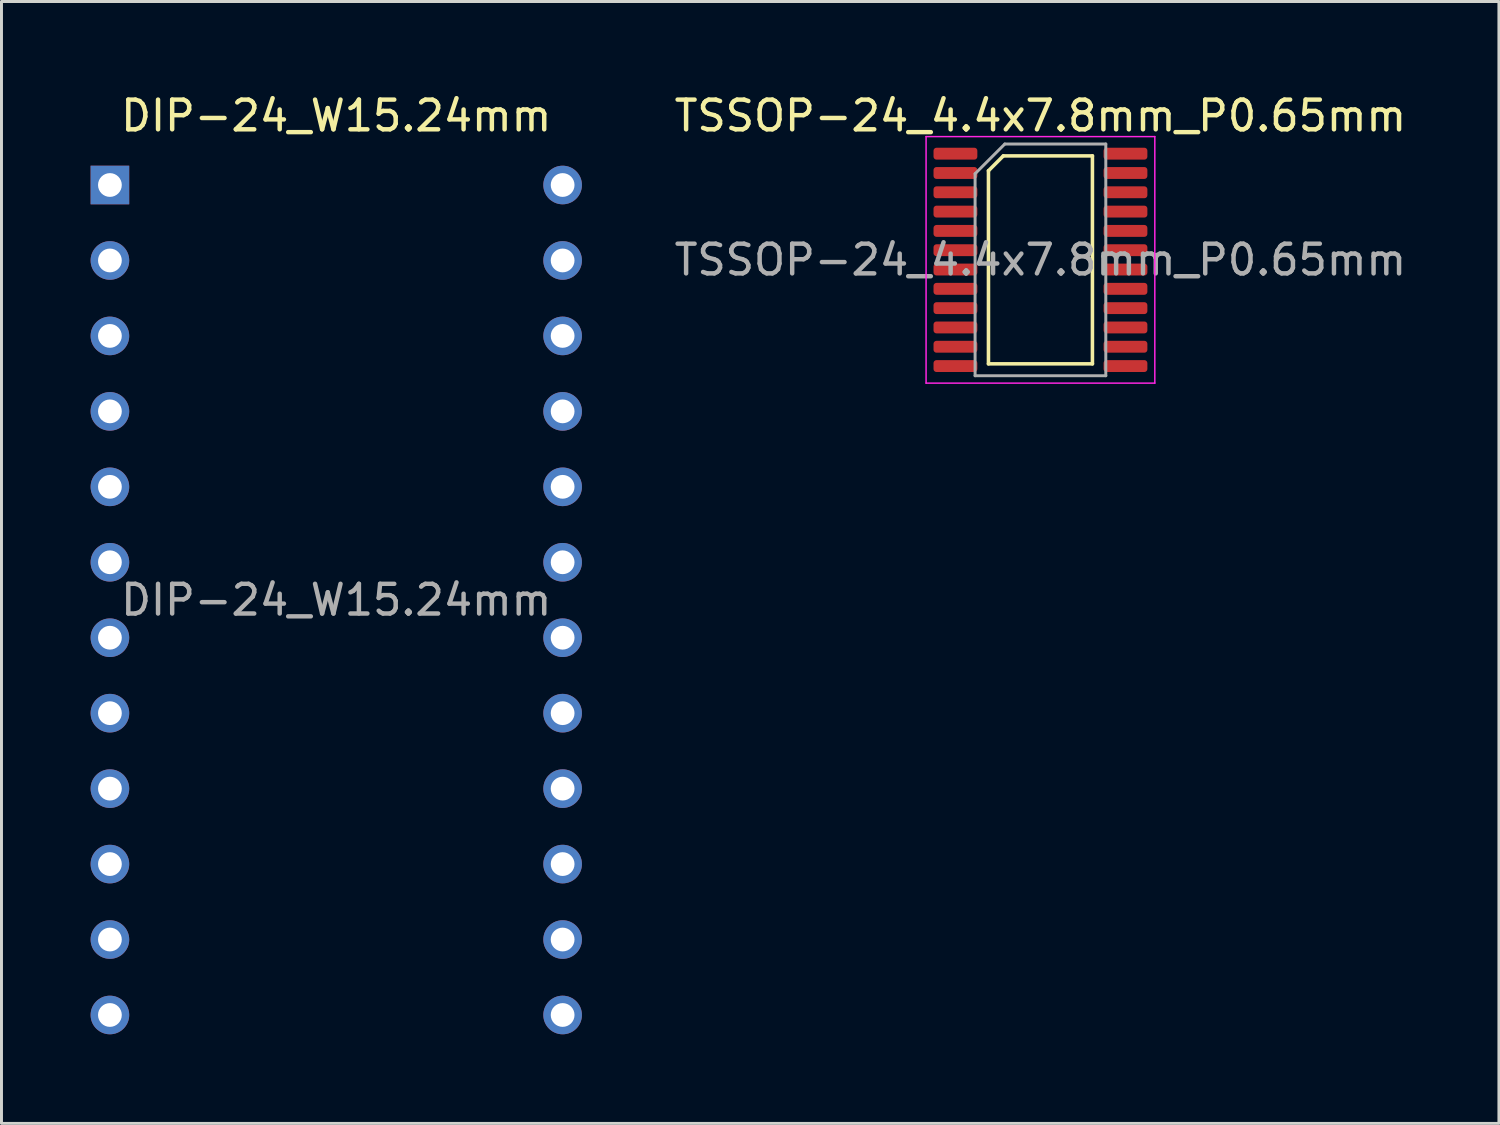
<source format=kicad_pcb>
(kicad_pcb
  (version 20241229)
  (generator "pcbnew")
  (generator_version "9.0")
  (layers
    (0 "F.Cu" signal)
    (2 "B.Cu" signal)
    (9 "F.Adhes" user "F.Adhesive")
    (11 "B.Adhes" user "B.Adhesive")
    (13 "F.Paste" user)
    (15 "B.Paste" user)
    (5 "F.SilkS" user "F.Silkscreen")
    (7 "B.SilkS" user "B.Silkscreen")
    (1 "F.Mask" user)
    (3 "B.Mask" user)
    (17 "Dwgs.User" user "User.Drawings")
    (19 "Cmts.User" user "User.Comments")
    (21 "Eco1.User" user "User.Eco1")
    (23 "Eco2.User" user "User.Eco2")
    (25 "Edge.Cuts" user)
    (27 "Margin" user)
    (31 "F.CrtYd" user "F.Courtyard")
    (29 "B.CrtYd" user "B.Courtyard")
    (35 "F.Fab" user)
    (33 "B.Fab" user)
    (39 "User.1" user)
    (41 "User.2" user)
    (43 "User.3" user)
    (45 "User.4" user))
  (footprint "TSSOP-24_4.4x7.8mm_P0.65mm"
    (layer "F.Cu")
    (at 31.975 5.698)
    (property "Reference" "TSSOP-24_4.4x7.8mm_P0.65mm" (at 0 -4.85 0) (layer "F.SilkS") (effects (font (size 1 1) (thickness 0.15))))
    (attr smd)
    (fp_line (start -1.75 -3) (end -1.25 -3.5) (stroke (width 0.12) (type solid)) (layer "F.SilkS"))
    (fp_line (start -1.75 3.5) (end -1.75 -3) (stroke (width 0.12) (type solid)) (layer "F.SilkS"))
    (fp_line (start -1.75 3.5) (end 1.75 3.5) (stroke (width 0.12) (type solid)) (layer "F.SilkS"))
    (fp_line (start -1.25 -3.5) (end 1.75 -3.5) (stroke (width 0.12) (type solid)) (layer "F.SilkS"))
    (fp_line (start 1.75 3.5) (end 1.75 -3.5) (stroke (width 0.12) (type solid)) (layer "F.SilkS"))
    (fp_line (start -3.85 -4.15) (end -3.85 4.15) (stroke (width 0.05) (type solid)) (layer "F.CrtYd"))
    (fp_line (start -3.85 4.15) (end 3.85 4.15) (stroke (width 0.05) (type solid)) (layer "F.CrtYd"))
    (fp_line (start 3.85 -4.15) (end -3.85 -4.15) (stroke (width 0.05) (type solid)) (layer "F.CrtYd"))
    (fp_line (start 3.85 4.15) (end 3.85 -4.15) (stroke (width 0.05) (type solid)) (layer "F.CrtYd"))
    (fp_line (start -2.2 -2.9) (end -1.2 -3.9) (stroke (width 0.1) (type solid)) (layer "F.Fab"))
    (fp_line (start -2.2 3.9) (end -2.2 -2.9) (stroke (width 0.1) (type solid)) (layer "F.Fab"))
    (fp_line (start -1.2 -3.9) (end 2.2 -3.9) (stroke (width 0.1) (type solid)) (layer "F.Fab"))
    (fp_line (start 2.2 -3.9) (end 2.2 3.9) (stroke (width 0.1) (type solid)) (layer "F.Fab"))
    (fp_line (start 2.2 3.9) (end -2.2 3.9) (stroke (width 0.1) (type solid)) (layer "F.Fab"))
    (fp_text user "${REFERENCE}" (at 0 0 0) (layer "F.Fab") (effects (font (size 1 1) (thickness 0.15))))
    (pad "1" smd roundrect (at -2.862 -3.575) (size 1.475 0.4) (layers "F.Cu" "F.Mask" "F.Paste") (roundrect_rratio 0.25))
    (pad "2" smd roundrect (at -2.862 -2.925) (size 1.475 0.4) (layers "F.Cu" "F.Mask" "F.Paste") (roundrect_rratio 0.25))
    (pad "3" smd roundrect (at -2.862 -2.275) (size 1.475 0.4) (layers "F.Cu" "F.Mask" "F.Paste") (roundrect_rratio 0.25))
    (pad "4" smd roundrect (at -2.862 -1.625) (size 1.475 0.4) (layers "F.Cu" "F.Mask" "F.Paste") (roundrect_rratio 0.25))
    (pad "5" smd roundrect (at -2.862 -0.975) (size 1.475 0.4) (layers "F.Cu" "F.Mask" "F.Paste") (roundrect_rratio 0.25))
    (pad "6" smd roundrect (at -2.862 -0.325) (size 1.475 0.4) (layers "F.Cu" "F.Mask" "F.Paste") (roundrect_rratio 0.25))
    (pad "7" smd roundrect (at -2.862 0.325) (size 1.475 0.4) (layers "F.Cu" "F.Mask" "F.Paste") (roundrect_rratio 0.25))
    (pad "8" smd roundrect (at -2.862 0.975) (size 1.475 0.4) (layers "F.Cu" "F.Mask" "F.Paste") (roundrect_rratio 0.25))
    (pad "9" smd roundrect (at -2.862 1.625) (size 1.475 0.4) (layers "F.Cu" "F.Mask" "F.Paste") (roundrect_rratio 0.25))
    (pad "10" smd roundrect (at -2.862 2.275) (size 1.475 0.4) (layers "F.Cu" "F.Mask" "F.Paste") (roundrect_rratio 0.25))
    (pad "11" smd roundrect (at -2.862 2.925) (size 1.475 0.4) (layers "F.Cu" "F.Mask" "F.Paste") (roundrect_rratio 0.25))
    (pad "12" smd roundrect (at -2.862 3.575) (size 1.475 0.4) (layers "F.Cu" "F.Mask" "F.Paste") (roundrect_rratio 0.25))
    (pad "13" smd roundrect (at 2.862 3.575) (size 1.475 0.4) (layers "F.Cu" "F.Mask" "F.Paste") (roundrect_rratio 0.25))
    (pad "14" smd roundrect (at 2.862 2.925) (size 1.475 0.4) (layers "F.Cu" "F.Mask" "F.Paste") (roundrect_rratio 0.25))
    (pad "15" smd roundrect (at 2.862 2.275) (size 1.475 0.4) (layers "F.Cu" "F.Mask" "F.Paste") (roundrect_rratio 0.25))
    (pad "16" smd roundrect (at 2.862 1.625) (size 1.475 0.4) (layers "F.Cu" "F.Mask" "F.Paste") (roundrect_rratio 0.25))
    (pad "17" smd roundrect (at 2.862 0.975) (size 1.475 0.4) (layers "F.Cu" "F.Mask" "F.Paste") (roundrect_rratio 0.25))
    (pad "18" smd roundrect (at 2.862 0.325) (size 1.475 0.4) (layers "F.Cu" "F.Mask" "F.Paste") (roundrect_rratio 0.25))
    (pad "19" smd roundrect (at 2.862 -0.325) (size 1.475 0.4) (layers "F.Cu" "F.Mask" "F.Paste") (roundrect_rratio 0.25))
    (pad "20" smd roundrect (at 2.862 -0.975) (size 1.475 0.4) (layers "F.Cu" "F.Mask" "F.Paste") (roundrect_rratio 0.25))
    (pad "21" smd roundrect (at 2.862 -1.625) (size 1.475 0.4) (layers "F.Cu" "F.Mask" "F.Paste") (roundrect_rratio 0.25))
    (pad "22" smd roundrect (at 2.862 -2.275) (size 1.475 0.4) (layers "F.Cu" "F.Mask" "F.Paste") (roundrect_rratio 0.25))
    (pad "23" smd roundrect (at 2.862 -2.925) (size 1.475 0.4) (layers "F.Cu" "F.Mask" "F.Paste") (roundrect_rratio 0.25))
    (pad "24" smd roundrect (at 2.862 -3.575) (size 1.475 0.4) (layers "F.Cu" "F.Mask" "F.Paste") (roundrect_rratio 0.25)))
  (footprint "DIP-24_W15.24mm"
    (layer "F.Cu")
    (at 0.65 3.178)
    (property "Reference" "DIP-24_W15.24mm" (at 7.62 -2.33 0) (layer "F.SilkS") (effects (font (size 1 1) (thickness 0.15))))
    (attr through_hole)
    (fp_text user "${REFERENCE}" (at 7.62 13.97 0) (layer "F.Fab") (effects (font (size 1 1) (thickness 0.15))))
    (pad "1" thru_hole rect (at 0 0) (size 1.3 1.3) (drill 0.8) (layers "*.Cu" "*.Mask"))
    (pad "2" thru_hole oval (at 0 2.54) (size 1.3 1.3) (drill 0.8) (layers "*.Cu" "*.Mask"))
    (pad "3" thru_hole oval (at 0 5.08) (size 1.3 1.3) (drill 0.8) (layers "*.Cu" "*.Mask"))
    (pad "4" thru_hole oval (at 0 7.62) (size 1.3 1.3) (drill 0.8) (layers "*.Cu" "*.Mask"))
    (pad "5" thru_hole oval (at 0 10.16) (size 1.3 1.3) (drill 0.8) (layers "*.Cu" "*.Mask"))
    (pad "6" thru_hole oval (at 0 12.7) (size 1.3 1.3) (drill 0.8) (layers "*.Cu" "*.Mask"))
    (pad "7" thru_hole oval (at 0 15.24) (size 1.3 1.3) (drill 0.8) (layers "*.Cu" "*.Mask"))
    (pad "8" thru_hole oval (at 0 17.78) (size 1.3 1.3) (drill 0.8) (layers "*.Cu" "*.Mask"))
    (pad "9" thru_hole oval (at 0 20.32) (size 1.3 1.3) (drill 0.8) (layers "*.Cu" "*.Mask"))
    (pad "10" thru_hole oval (at 0 22.86) (size 1.3 1.3) (drill 0.8) (layers "*.Cu" "*.Mask"))
    (pad "11" thru_hole oval (at 0 25.4) (size 1.3 1.3) (drill 0.8) (layers "*.Cu" "*.Mask"))
    (pad "12" thru_hole oval (at 0 27.94) (size 1.3 1.3) (drill 0.8) (layers "*.Cu" "*.Mask"))
    (pad "13" thru_hole oval (at 15.24 27.94) (size 1.3 1.3) (drill 0.8) (layers "*.Cu" "*.Mask"))
    (pad "14" thru_hole oval (at 15.24 25.4) (size 1.3 1.3) (drill 0.8) (layers "*.Cu" "*.Mask"))
    (pad "15" thru_hole oval (at 15.24 22.86) (size 1.3 1.3) (drill 0.8) (layers "*.Cu" "*.Mask"))
    (pad "16" thru_hole oval (at 15.24 20.32) (size 1.3 1.3) (drill 0.8) (layers "*.Cu" "*.Mask"))
    (pad "17" thru_hole oval (at 15.24 17.78) (size 1.3 1.3) (drill 0.8) (layers "*.Cu" "*.Mask"))
    (pad "18" thru_hole oval (at 15.24 15.24) (size 1.3 1.3) (drill 0.8) (layers "*.Cu" "*.Mask"))
    (pad "19" thru_hole oval (at 15.24 12.7) (size 1.3 1.3) (drill 0.8) (layers "*.Cu" "*.Mask"))
    (pad "20" thru_hole oval (at 15.24 10.16) (size 1.3 1.3) (drill 0.8) (layers "*.Cu" "*.Mask"))
    (pad "21" thru_hole oval (at 15.24 7.62) (size 1.3 1.3) (drill 0.8) (layers "*.Cu" "*.Mask"))
    (pad "22" thru_hole oval (at 15.24 5.08) (size 1.3 1.3) (drill 0.8) (layers "*.Cu" "*.Mask"))
    (pad "23" thru_hole oval (at 15.24 2.54) (size 1.3 1.3) (drill 0.8) (layers "*.Cu" "*.Mask"))
    (pad "24" thru_hole oval (at 15.24 0) (size 1.3 1.3) (drill 0.8) (layers "*.Cu" "*.Mask")))
  (gr_rect
    (start -3 -3)
    (end 47.409 34.768)
    (stroke (width 0.1) (type default))
    (fill no)
    (layer "Edge.Cuts")))
</source>
